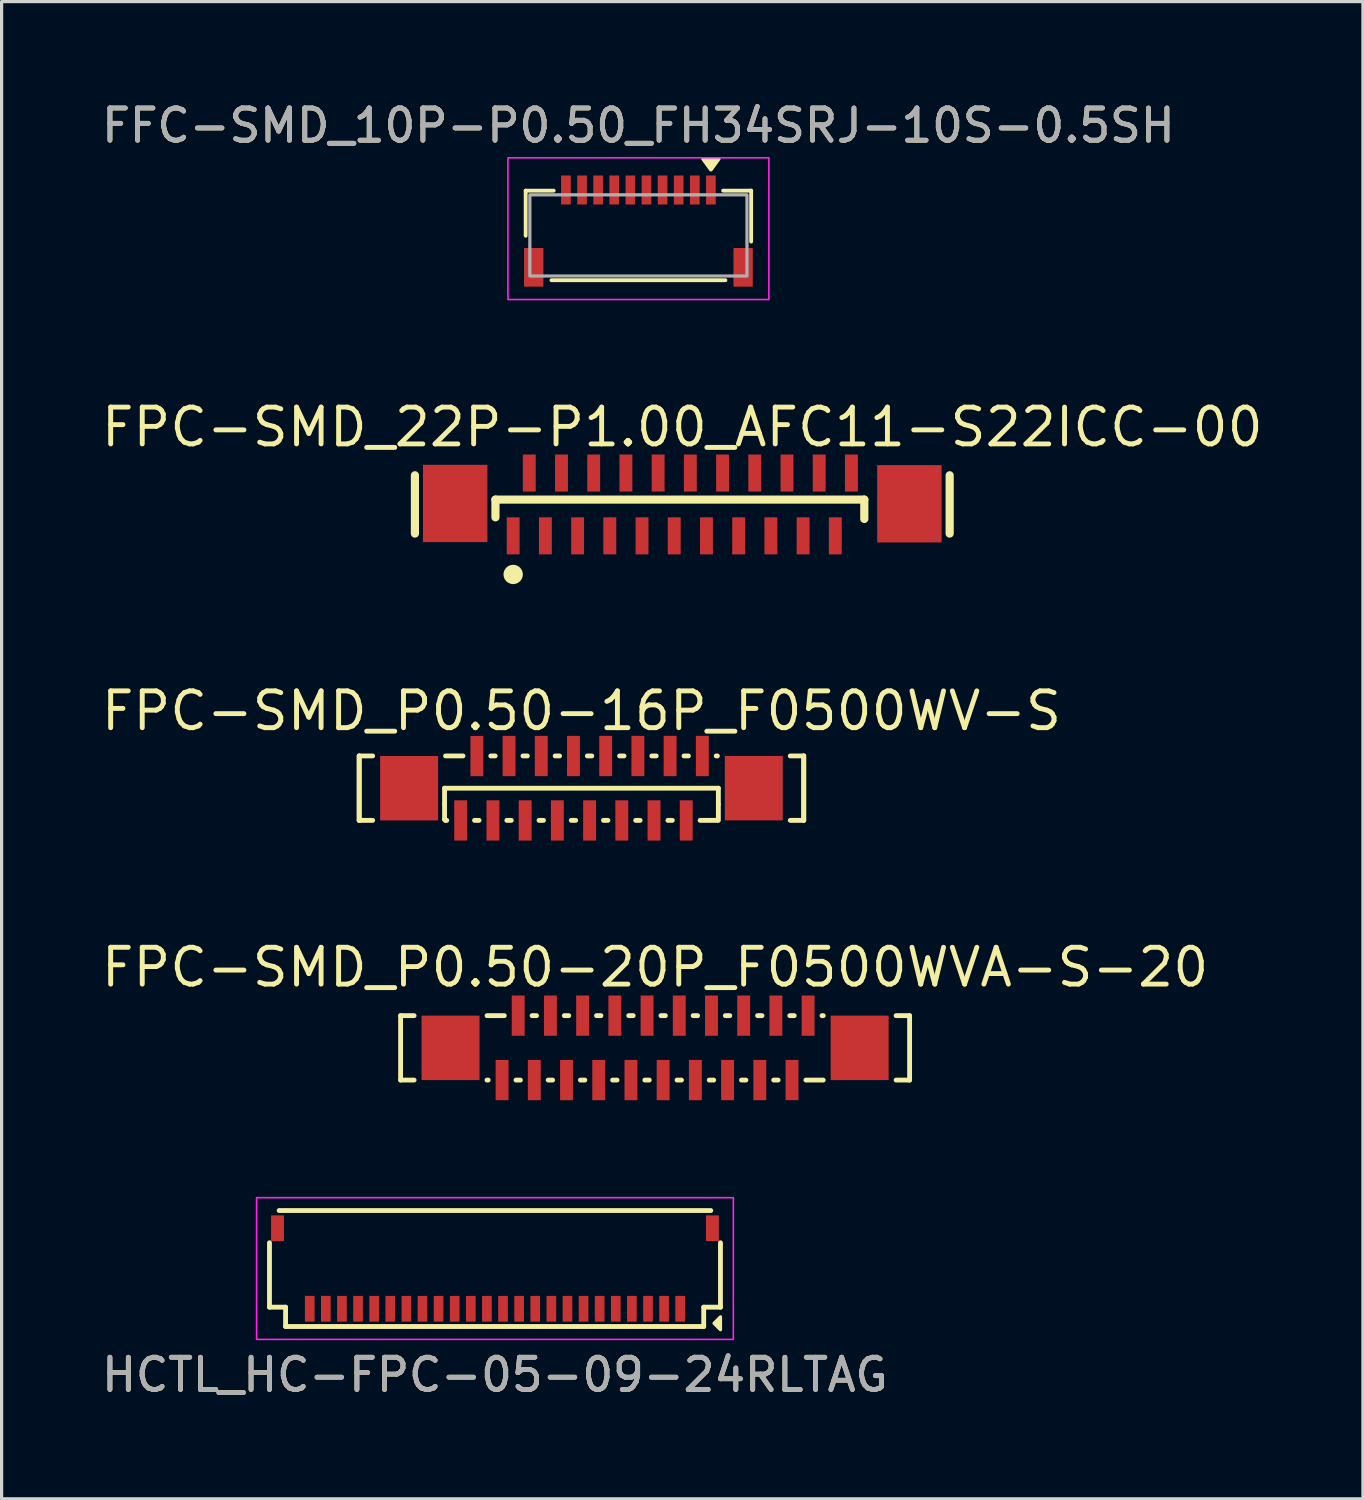
<source format=kicad_pcb>
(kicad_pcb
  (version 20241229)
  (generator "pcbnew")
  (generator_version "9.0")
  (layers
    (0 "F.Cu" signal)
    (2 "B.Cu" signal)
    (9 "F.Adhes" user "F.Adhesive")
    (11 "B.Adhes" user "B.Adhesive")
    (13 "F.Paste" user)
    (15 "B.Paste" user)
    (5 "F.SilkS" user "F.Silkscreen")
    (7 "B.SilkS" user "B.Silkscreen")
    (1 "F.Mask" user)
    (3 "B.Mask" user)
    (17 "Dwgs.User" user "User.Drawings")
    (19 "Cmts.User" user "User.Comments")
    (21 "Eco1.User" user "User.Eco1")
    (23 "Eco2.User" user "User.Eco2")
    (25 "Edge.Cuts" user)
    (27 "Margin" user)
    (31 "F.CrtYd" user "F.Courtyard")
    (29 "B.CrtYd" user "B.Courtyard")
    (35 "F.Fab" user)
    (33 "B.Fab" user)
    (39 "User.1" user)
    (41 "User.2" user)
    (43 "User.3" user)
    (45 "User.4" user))
  (footprint "FPC-SMD_P0.50-16P_F0500WV-S"
    (layer "F.Cu")
    (at 15 21.418)
    (property "Reference" "FPC-SMD_P0.50-16P_F0500WV-S" (at 0 -2.4 0) (layer "F.SilkS") (effects (font (size 1.143 1.143) (thickness 0.152))))
    (attr smd)
    (fp_line (start -6.9 -1.002) (end -6.481 -1.002) (stroke (width 0.15) (type solid)) (layer "F.SilkS"))
    (fp_line (start -6.9 0.998) (end -6.9 -1.002) (stroke (width 0.15) (type solid)) (layer "F.SilkS"))
    (fp_line (start -6.9 0.998) (end -6.9 -1.002) (stroke (width 0.15) (type solid)) (layer "F.SilkS"))
    (fp_line (start -6.481 0.998) (end -6.9 0.998) (stroke (width 0.15) (type solid)) (layer "F.SilkS"))
    (fp_line (start -4.25 0) (end 4.25 0) (stroke (width 0.15) (type solid)) (layer "F.SilkS"))
    (fp_line (start -4.25 0.5) (end -4.25 0) (stroke (width 0.15) (type solid)) (layer "F.SilkS"))
    (fp_line (start -4.25 0.5) (end -4.25 0.967) (stroke (width 0.15) (type solid)) (layer "F.SilkS"))
    (fp_line (start -4.25 0.967) (end -4.219 0.998) (stroke (width 0.15) (type solid)) (layer "F.SilkS"))
    (fp_line (start -4.219 -1.002) (end -3.677 -1.002) (stroke (width 0.15) (type solid)) (layer "F.SilkS"))
    (fp_line (start -4.181 0.998) (end -4.219 0.998) (stroke (width 0.15) (type solid)) (layer "F.SilkS"))
    (fp_line (start -3.179 0.998) (end -3.319 0.998) (stroke (width 0.15) (type solid)) (layer "F.SilkS"))
    (fp_line (start -2.815 -1.002) (end -2.679 -1.002) (stroke (width 0.15) (type solid)) (layer "F.SilkS"))
    (fp_line (start -2.179 0.998) (end -2.317 0.998) (stroke (width 0.15) (type solid)) (layer "F.SilkS"))
    (fp_line (start -1.817 -1.002) (end -1.679 -1.002) (stroke (width 0.15) (type solid)) (layer "F.SilkS"))
    (fp_line (start -1.179 0.998) (end -1.317 0.998) (stroke (width 0.15) (type solid)) (layer "F.SilkS"))
    (fp_line (start -0.817 -1.002) (end -0.679 -1.002) (stroke (width 0.15) (type solid)) (layer "F.SilkS"))
    (fp_line (start -0.179 0.998) (end -0.317 0.998) (stroke (width 0.15) (type solid)) (layer "F.SilkS"))
    (fp_line (start 0.183 -1.002) (end 0.321 -1.002) (stroke (width 0.15) (type solid)) (layer "F.SilkS"))
    (fp_line (start 0.821 0.998) (end 0.683 0.998) (stroke (width 0.15) (type solid)) (layer "F.SilkS"))
    (fp_line (start 1.183 -1.002) (end 1.321 -1.002) (stroke (width 0.15) (type solid)) (layer "F.SilkS"))
    (fp_line (start 1.821 0.998) (end 1.683 0.998) (stroke (width 0.15) (type solid)) (layer "F.SilkS"))
    (fp_line (start 2.183 -1.002) (end 2.321 -1.002) (stroke (width 0.15) (type solid)) (layer "F.SilkS"))
    (fp_line (start 2.821 0.998) (end 2.683 0.998) (stroke (width 0.15) (type solid)) (layer "F.SilkS"))
    (fp_line (start 3.183 -1.002) (end 3.321 -1.002) (stroke (width 0.15) (type solid)) (layer "F.SilkS"))
    (fp_line (start 4.183 -1.002) (end 4.219 -1.002) (stroke (width 0.15) (type solid)) (layer "F.SilkS"))
    (fp_line (start 4.219 0.998) (end 3.683 0.998) (stroke (width 0.15) (type solid)) (layer "F.SilkS"))
    (fp_line (start 4.25 0) (end 4.25 0.5) (stroke (width 0.15) (type solid)) (layer "F.SilkS"))
    (fp_line (start 4.25 0.5) (end 4.25 0.998) (stroke (width 0.15) (type solid)) (layer "F.SilkS"))
    (fp_line (start 6.481 -1.002) (end 6.9 -1.002) (stroke (width 0.15) (type solid)) (layer "F.SilkS"))
    (fp_line (start 6.9 -1.002) (end 6.9 0.998) (stroke (width 0.15) (type solid)) (layer "F.SilkS"))
    (fp_line (start 6.9 -1.002) (end 6.9 0.998) (stroke (width 0.15) (type solid)) (layer "F.SilkS"))
    (fp_line (start 6.9 0.998) (end 6.481 0.998) (stroke (width 0.15) (type solid)) (layer "F.SilkS"))
    (pad "1" smd rect (at -3.75 1) (size 0.4 1.25) (layers "F.Cu" "F.Mask" "F.Paste"))
    (pad "2" smd rect (at -3.246 -0.998) (size 0.4 1.25) (layers "F.Cu" "F.Mask" "F.Paste"))
    (pad "3" smd rect (at -2.748 1) (size 0.4 1.25) (layers "F.Cu" "F.Mask" "F.Paste"))
    (pad "4" smd rect (at -2.248 -1) (size 0.4 1.25) (layers "F.Cu" "F.Mask" "F.Paste"))
    (pad "5" smd rect (at -1.748 1) (size 0.4 1.25) (layers "F.Cu" "F.Mask" "F.Paste"))
    (pad "6" smd rect (at -1.248 -1) (size 0.4 1.25) (layers "F.Cu" "F.Mask" "F.Paste"))
    (pad "7" smd rect (at -0.748 1) (size 0.4 1.25) (layers "F.Cu" "F.Mask" "F.Paste"))
    (pad "8" smd rect (at -0.248 -1) (size 0.4 1.25) (layers "F.Cu" "F.Mask" "F.Paste"))
    (pad "9" smd rect (at 0.252 1) (size 0.4 1.25) (layers "F.Cu" "F.Mask" "F.Paste"))
    (pad "10" smd rect (at 0.752 -1) (size 0.4 1.25) (layers "F.Cu" "F.Mask" "F.Paste"))
    (pad "11" smd rect (at 1.252 1) (size 0.4 1.25) (layers "F.Cu" "F.Mask" "F.Paste"))
    (pad "12" smd rect (at 1.752 -1) (size 0.4 1.25) (layers "F.Cu" "F.Mask" "F.Paste"))
    (pad "13" smd rect (at 2.252 1) (size 0.4 1.25) (layers "F.Cu" "F.Mask" "F.Paste"))
    (pad "14" smd rect (at 2.752 -1) (size 0.4 1.25) (layers "F.Cu" "F.Mask" "F.Paste"))
    (pad "15" smd rect (at 3.252 1) (size 0.4 1.25) (layers "F.Cu" "F.Mask" "F.Paste"))
    (pad "16" smd rect (at 3.752 -1) (size 0.4 1.25) (layers "F.Cu" "F.Mask" "F.Paste"))
    (pad "17" smd rect (at -5.35 0 90) (size 2 1.8) (layers "F.Cu" "F.Mask" "F.Paste"))
    (pad "18" smd rect (at 5.35 -0.002 90) (size 2 1.8) (layers "F.Cu" "F.Mask" "F.Paste")))
  (footprint "FPC-SMD_22P-P1.00_AFC11-S22ICC-00"
    (layer "F.Cu")
    (at 18.13 12.609)
    (property "Reference" "FPC-SMD_22P-P1.00_AFC11-S22ICC-00" (at 0 -2.4 0) (layer "F.SilkS") (effects (font (size 1.143 1.143) (thickness 0.152))))
    (attr smd)
    (fp_line (start -8.3 -0.905) (end -8.3 0.904) (stroke (width 0.254) (type solid)) (layer "F.SilkS"))
    (fp_line (start -5.8 -0.15) (end 5.65 -0.15) (stroke (width 0.254) (type solid)) (layer "F.SilkS"))
    (fp_line (start -5.8 0.4) (end -5.8 -0.15) (stroke (width 0.254) (type solid)) (layer "F.SilkS"))
    (fp_line (start 5.65 -0.15) (end 5.65 0.45) (stroke (width 0.254) (type solid)) (layer "F.SilkS"))
    (fp_line (start 8.3 0.904) (end 8.3 -0.905) (stroke (width 0.254) (type solid)) (layer "F.SilkS"))
    (fp_arc (start -5.4 2.172) (mid -5.099988 2.17473) (end -5.400012 2.17454) (stroke (width 0.3) (type solid)) (layer "F.SilkS"))
    (pad "" smd rect (at -7.05 -0.03 90) (size 2.4 2) (layers "F.Cu" "F.Mask" "F.Paste"))
    (pad "" smd rect (at 7.05 -0.02 90) (size 2.4 2) (layers "F.Cu" "F.Mask" "F.Paste"))
    (pad "1" smd rect (at -5.25 0.975) (size 0.4 1.15) (layers "F.Cu" "F.Mask" "F.Paste"))
    (pad "2" smd rect (at -4.75 -0.975) (size 0.4 1.15) (layers "F.Cu" "F.Mask" "F.Paste"))
    (pad "3" smd rect (at -4.25 0.975) (size 0.4 1.15) (layers "F.Cu" "F.Mask" "F.Paste"))
    (pad "4" smd rect (at -3.75 -0.975) (size 0.4 1.15) (layers "F.Cu" "F.Mask" "F.Paste"))
    (pad "5" smd rect (at -3.25 0.975) (size 0.4 1.15) (layers "F.Cu" "F.Mask" "F.Paste"))
    (pad "6" smd rect (at -2.75 -0.975) (size 0.4 1.15) (layers "F.Cu" "F.Mask" "F.Paste"))
    (pad "7" smd rect (at -2.25 0.975) (size 0.4 1.15) (layers "F.Cu" "F.Mask" "F.Paste"))
    (pad "8" smd rect (at -1.75 -0.975) (size 0.4 1.15) (layers "F.Cu" "F.Mask" "F.Paste"))
    (pad "9" smd rect (at -1.25 0.975) (size 0.4 1.15) (layers "F.Cu" "F.Mask" "F.Paste"))
    (pad "10" smd rect (at -0.75 -0.975) (size 0.4 1.15) (layers "F.Cu" "F.Mask" "F.Paste"))
    (pad "11" smd rect (at -0.25 0.975) (size 0.4 1.15) (layers "F.Cu" "F.Mask" "F.Paste"))
    (pad "12" smd rect (at 0.25 -0.975) (size 0.4 1.15) (layers "F.Cu" "F.Mask" "F.Paste"))
    (pad "13" smd rect (at 0.75 0.975) (size 0.4 1.15) (layers "F.Cu" "F.Mask" "F.Paste"))
    (pad "14" smd rect (at 1.25 -0.975) (size 0.4 1.15) (layers "F.Cu" "F.Mask" "F.Paste"))
    (pad "15" smd rect (at 1.75 0.975) (size 0.4 1.15) (layers "F.Cu" "F.Mask" "F.Paste"))
    (pad "16" smd rect (at 2.25 -0.975) (size 0.4 1.15) (layers "F.Cu" "F.Mask" "F.Paste"))
    (pad "17" smd rect (at 2.75 0.975) (size 0.4 1.15) (layers "F.Cu" "F.Mask" "F.Paste"))
    (pad "18" smd rect (at 3.25 -0.975) (size 0.4 1.15) (layers "F.Cu" "F.Mask" "F.Paste"))
    (pad "19" smd rect (at 3.75 0.975) (size 0.4 1.15) (layers "F.Cu" "F.Mask" "F.Paste"))
    (pad "20" smd rect (at 4.25 -0.975) (size 0.4 1.15) (layers "F.Cu" "F.Mask" "F.Paste"))
    (pad "21" smd rect (at 4.75 0.975) (size 0.4 1.15) (layers "F.Cu" "F.Mask" "F.Paste"))
    (pad "22" smd rect (at 5.25 -0.975) (size 0.4 1.15) (layers "F.Cu" "F.Mask" "F.Paste")))
  (footprint "FPC-SMD_P0.50-20P_F0500WVA-S-20"
    (layer "F.Cu")
    (at 17.286 29.478)
    (property "Reference" "FPC-SMD_P0.50-20P_F0500WVA-S-20" (at 0 -2.5 0) (layer "F.SilkS") (effects (font (size 1.143 1.143) (thickness 0.152))))
    (attr smd)
    (fp_line (start -7.9 -1) (end -7.481 -1) (stroke (width 0.15) (type solid)) (layer "F.SilkS"))
    (fp_line (start -7.9 1) (end -7.9 -1) (stroke (width 0.15) (type solid)) (layer "F.SilkS"))
    (fp_line (start -7.481 1) (end -7.9 1) (stroke (width 0.15) (type solid)) (layer "F.SilkS"))
    (fp_line (start -5.219 -1) (end -4.681 -1) (stroke (width 0.15) (type solid)) (layer "F.SilkS"))
    (fp_line (start -5.181 1) (end -5.219 1) (stroke (width 0.15) (type solid)) (layer "F.SilkS"))
    (fp_line (start -4.181 1) (end -4.319 1) (stroke (width 0.15) (type solid)) (layer "F.SilkS"))
    (fp_line (start -3.819 -1) (end -3.681 -1) (stroke (width 0.15) (type solid)) (layer "F.SilkS"))
    (fp_line (start -3.181 1) (end -3.319 1) (stroke (width 0.15) (type solid)) (layer "F.SilkS"))
    (fp_line (start -2.819 -1) (end -2.681 -1) (stroke (width 0.15) (type solid)) (layer "F.SilkS"))
    (fp_line (start -2.181 1) (end -2.319 1) (stroke (width 0.15) (type solid)) (layer "F.SilkS"))
    (fp_line (start -1.819 -1) (end -1.681 -1) (stroke (width 0.15) (type solid)) (layer "F.SilkS"))
    (fp_line (start -1.181 1) (end -1.319 1) (stroke (width 0.15) (type solid)) (layer "F.SilkS"))
    (fp_line (start -0.819 -1) (end -0.681 -1) (stroke (width 0.15) (type solid)) (layer "F.SilkS"))
    (fp_line (start -0.181 1) (end -0.319 1) (stroke (width 0.15) (type solid)) (layer "F.SilkS"))
    (fp_line (start 0.181 -1) (end 0.319 -1) (stroke (width 0.15) (type solid)) (layer "F.SilkS"))
    (fp_line (start 0.819 1) (end 0.681 1) (stroke (width 0.15) (type solid)) (layer "F.SilkS"))
    (fp_line (start 1.181 -1) (end 1.319 -1) (stroke (width 0.15) (type solid)) (layer "F.SilkS"))
    (fp_line (start 1.819 1) (end 1.681 1) (stroke (width 0.15) (type solid)) (layer "F.SilkS"))
    (fp_line (start 2.181 -1) (end 2.319 -1) (stroke (width 0.15) (type solid)) (layer "F.SilkS"))
    (fp_line (start 2.819 1) (end 2.681 1) (stroke (width 0.15) (type solid)) (layer "F.SilkS"))
    (fp_line (start 3.181 -1) (end 3.319 -1) (stroke (width 0.15) (type solid)) (layer "F.SilkS"))
    (fp_line (start 3.819 1) (end 3.681 1) (stroke (width 0.15) (type solid)) (layer "F.SilkS"))
    (fp_line (start 4.181 -1) (end 4.319 -1) (stroke (width 0.15) (type solid)) (layer "F.SilkS"))
    (fp_line (start 5.181 -1) (end 5.219 -1) (stroke (width 0.15) (type solid)) (layer "F.SilkS"))
    (fp_line (start 5.219 1) (end 4.681 1) (stroke (width 0.15) (type solid)) (layer "F.SilkS"))
    (fp_line (start 7.481 -1) (end 7.9 -1) (stroke (width 0.15) (type solid)) (layer "F.SilkS"))
    (fp_line (start 7.9 -1) (end 7.9 1) (stroke (width 0.15) (type solid)) (layer "F.SilkS"))
    (fp_line (start 7.9 1) (end 7.481 1) (stroke (width 0.15) (type solid)) (layer "F.SilkS"))
    (pad "" smd rect (at -6.35 0) (size 1.8 2) (layers "F.Cu" "F.Mask" "F.Paste"))
    (pad "" smd rect (at 6.35 0) (size 1.8 2) (layers "F.Cu" "F.Mask" "F.Paste"))
    (pad "1" smd rect (at -4.75 1) (size 0.4 1.25) (layers "F.Cu" "F.Mask" "F.Paste"))
    (pad "2" smd rect (at -4.25 -1) (size 0.4 1.25) (layers "F.Cu" "F.Mask" "F.Paste"))
    (pad "3" smd rect (at -3.75 1) (size 0.4 1.25) (layers "F.Cu" "F.Mask" "F.Paste"))
    (pad "4" smd rect (at -3.25 -1) (size 0.4 1.25) (layers "F.Cu" "F.Mask" "F.Paste"))
    (pad "5" smd rect (at -2.75 1) (size 0.4 1.25) (layers "F.Cu" "F.Mask" "F.Paste"))
    (pad "6" smd rect (at -2.25 -1) (size 0.4 1.25) (layers "F.Cu" "F.Mask" "F.Paste"))
    (pad "7" smd rect (at -1.75 1) (size 0.4 1.25) (layers "F.Cu" "F.Mask" "F.Paste"))
    (pad "8" smd rect (at -1.25 -1) (size 0.4 1.25) (layers "F.Cu" "F.Mask" "F.Paste"))
    (pad "9" smd rect (at -0.75 1) (size 0.4 1.25) (layers "F.Cu" "F.Mask" "F.Paste"))
    (pad "10" smd rect (at -0.25 -1) (size 0.4 1.25) (layers "F.Cu" "F.Mask" "F.Paste"))
    (pad "11" smd rect (at 0.25 1) (size 0.4 1.25) (layers "F.Cu" "F.Mask" "F.Paste"))
    (pad "12" smd rect (at 0.75 -1) (size 0.4 1.25) (layers "F.Cu" "F.Mask" "F.Paste"))
    (pad "13" smd rect (at 1.25 1) (size 0.4 1.25) (layers "F.Cu" "F.Mask" "F.Paste"))
    (pad "14" smd rect (at 1.75 -1) (size 0.4 1.25) (layers "F.Cu" "F.Mask" "F.Paste"))
    (pad "15" smd rect (at 2.25 1) (size 0.4 1.25) (layers "F.Cu" "F.Mask" "F.Paste"))
    (pad "16" smd rect (at 2.75 -1) (size 0.4 1.25) (layers "F.Cu" "F.Mask" "F.Paste"))
    (pad "17" smd rect (at 3.25 1) (size 0.4 1.25) (layers "F.Cu" "F.Mask" "F.Paste"))
    (pad "18" smd rect (at 3.75 -1) (size 0.4 1.25) (layers "F.Cu" "F.Mask" "F.Paste"))
    (pad "19" smd rect (at 4.25 1) (size 0.4 1.25) (layers "F.Cu" "F.Mask" "F.Paste"))
    (pad "20" smd rect (at 4.75 -1) (size 0.4 1.25) (layers "F.Cu" "F.Mask" "F.Paste")))
  (footprint "HCTL_HC-FPC-05-09-24RLTAG"
    (layer "F.Cu")
    (at 12.315 36.328)
    (property "Reference" "HCTL_HC-FPC-05-09-24RLTAG" (at 0 3.3 0) (layer "F.SilkS") (effects (font (size 1 1) (thickness 0.15))))
    (attr smd)
    (fp_line (start -7 1.2) (end -7 -0.8) (stroke (width 0.15) (type solid)) (layer "F.SilkS"))
    (fp_line (start -6.5 1.2) (end -7 1.2) (stroke (width 0.15) (type solid)) (layer "F.SilkS"))
    (fp_line (start -6.5 1.2) (end -6.5 1.8) (stroke (width 0.15) (type solid)) (layer "F.SilkS"))
    (fp_line (start -6.5 1.8) (end 6.48 1.8) (stroke (width 0.15) (type solid)) (layer "F.SilkS"))
    (fp_line (start 6.48 1.2) (end 7 1.2) (stroke (width 0.15) (type solid)) (layer "F.SilkS"))
    (fp_line (start 6.48 1.8) (end 6.48 1.2) (stroke (width 0.15) (type solid)) (layer "F.SilkS"))
    (fp_line (start 6.7 -1.8) (end -6.7 -1.8) (stroke (width 0.15) (type solid)) (layer "F.SilkS"))
    (fp_line (start 7 1.2) (end 7 -0.8) (stroke (width 0.15) (type solid)) (layer "F.SilkS"))
    (fp_poly (pts (xy 6.8 1.7) (xy 7 1.5) (xy 7 1.9)) (stroke (width 0.1) (type solid)) (fill yes) (layer "F.SilkS"))
    (fp_rect (start -7.4 -2.2) (end 7.4 2.2) (stroke (width 0.05) (type default)) (fill no) (layer "F.CrtYd"))
    (fp_text user "${REFERENCE}" (at 0 3.3 0) (layer "F.Fab") (effects (font (size 1 1) (thickness 0.15))))
    (pad "1" smd rect (at 5.75 1.25 180) (size 0.3 0.8) (layers "F.Cu" "F.Mask" "F.Paste"))
    (pad "2" smd rect (at 5.25 1.25 180) (size 0.3 0.8) (layers "F.Cu" "F.Mask" "F.Paste"))
    (pad "3" smd rect (at 4.75 1.25 180) (size 0.3 0.8) (layers "F.Cu" "F.Mask" "F.Paste"))
    (pad "4" smd rect (at 4.25 1.25 180) (size 0.3 0.8) (layers "F.Cu" "F.Mask" "F.Paste"))
    (pad "5" smd rect (at 3.75 1.25 180) (size 0.3 0.8) (layers "F.Cu" "F.Mask" "F.Paste"))
    (pad "6" smd rect (at 3.25 1.25 180) (size 0.3 0.8) (layers "F.Cu" "F.Mask" "F.Paste"))
    (pad "7" smd rect (at 2.75 1.25 180) (size 0.3 0.8) (layers "F.Cu" "F.Mask" "F.Paste"))
    (pad "8" smd rect (at 2.25 1.25 180) (size 0.3 0.8) (layers "F.Cu" "F.Mask" "F.Paste"))
    (pad "9" smd rect (at 1.75 1.25 180) (size 0.3 0.8) (layers "F.Cu" "F.Mask" "F.Paste"))
    (pad "10" smd rect (at 1.25 1.25 180) (size 0.3 0.8) (layers "F.Cu" "F.Mask" "F.Paste"))
    (pad "11" smd rect (at 0.75 1.25 180) (size 0.3 0.8) (layers "F.Cu" "F.Mask" "F.Paste"))
    (pad "12" smd rect (at 0.25 1.25 180) (size 0.3 0.8) (layers "F.Cu" "F.Mask" "F.Paste"))
    (pad "13" smd rect (at -0.25 1.25 180) (size 0.3 0.8) (layers "F.Cu" "F.Mask" "F.Paste"))
    (pad "14" smd rect (at -0.75 1.25 180) (size 0.3 0.8) (layers "F.Cu" "F.Mask" "F.Paste"))
    (pad "15" smd rect (at -1.25 1.25 180) (size 0.3 0.8) (layers "F.Cu" "F.Mask" "F.Paste"))
    (pad "16" smd rect (at -1.75 1.25 180) (size 0.3 0.8) (layers "F.Cu" "F.Mask" "F.Paste"))
    (pad "17" smd rect (at -2.25 1.25 180) (size 0.3 0.8) (layers "F.Cu" "F.Mask" "F.Paste"))
    (pad "18" smd rect (at -2.75 1.25 180) (size 0.3 0.8) (layers "F.Cu" "F.Mask" "F.Paste"))
    (pad "19" smd rect (at -3.25 1.25 180) (size 0.3 0.8) (layers "F.Cu" "F.Mask" "F.Paste"))
    (pad "20" smd rect (at -3.75 1.25 180) (size 0.3 0.8) (layers "F.Cu" "F.Mask" "F.Paste"))
    (pad "21" smd rect (at -4.25 1.25 180) (size 0.3 0.8) (layers "F.Cu" "F.Mask" "F.Paste"))
    (pad "22" smd rect (at -4.75 1.25 180) (size 0.3 0.8) (layers "F.Cu" "F.Mask" "F.Paste"))
    (pad "23" smd rect (at -5.25 1.25 180) (size 0.3 0.8) (layers "F.Cu" "F.Mask" "F.Paste"))
    (pad "24" smd rect (at -5.75 1.25 180) (size 0.3 0.8) (layers "F.Cu" "F.Mask" "F.Paste"))
    (pad "MP" smd rect (at -6.75 -1.25 180) (size 0.4 0.8) (layers "F.Cu" "F.Mask" "F.Paste"))
    (pad "MP" smd rect (at 6.75 -1.25 180) (size 0.4 0.8) (layers "F.Cu" "F.Mask" "F.Paste")))
  (footprint "FFC-SMD_10P-P0.50_FH34SRJ-10S-0.5SH"
    (layer "F.Cu")
    (at 16.768 4.048)
    (property "Reference" "FFC-SMD_10P-P0.50_FH34SRJ-10S-0.5SH" (at 0 -3.2 0) (layer "F.SilkS") (effects (font (size 1 1) (thickness 0.15))))
    (attr smd)
    (fp_line (start -3.5 -1.18) (end -3.5 0.22) (stroke (width 0.12) (type solid)) (layer "F.SilkS"))
    (fp_line (start -3.5 -1.18) (end -2.63 -1.18) (stroke (width 0.12) (type solid)) (layer "F.SilkS"))
    (fp_line (start -2.7 1.6) (end 2.7 1.6) (stroke (width 0.12) (type solid)) (layer "F.SilkS"))
    (fp_line (start 3.5 -1.18) (end 2.63 -1.18) (stroke (width 0.12) (type solid)) (layer "F.SilkS"))
    (fp_line (start 3.5 0.4) (end 3.5 -1.18) (stroke (width 0.12) (type solid)) (layer "F.SilkS"))
    (fp_poly (pts (xy 2.25 -1.835) (xy 2.01 -2.165) (xy 2.49 -2.165)) (stroke (width 0.12) (type solid)) (fill yes) (layer "F.SilkS"))
    (fp_rect (start -4.05 -2.2) (end 4.05 2.2) (stroke (width 0.05) (type solid)) (fill no) (layer "F.CrtYd"))
    (fp_rect (start -3.37 -1.05) (end 3.37 1.47) (stroke (width 0.1) (type default)) (fill no) (layer "F.Fab"))
    (fp_text user "${REFERENCE}" (at 0 -3.2 0) (layer "F.Fab") (effects (font (size 1 1) (thickness 0.15))))
    (pad "1" smd rect (at 2.25 -1.2) (size 0.3 0.9) (layers "F.Cu" "F.Mask" "F.Paste"))
    (pad "2" smd rect (at 1.75 -1.2) (size 0.3 0.9) (layers "F.Cu" "F.Mask" "F.Paste"))
    (pad "3" smd rect (at 1.25 -1.2) (size 0.3 0.9) (layers "F.Cu" "F.Mask" "F.Paste"))
    (pad "4" smd rect (at 0.75 -1.2) (size 0.3 0.9) (layers "F.Cu" "F.Mask" "F.Paste"))
    (pad "5" smd rect (at 0.25 -1.2) (size 0.3 0.9) (layers "F.Cu" "F.Mask" "F.Paste"))
    (pad "6" smd rect (at -0.25 -1.2) (size 0.3 0.9) (layers "F.Cu" "F.Mask" "F.Paste"))
    (pad "7" smd rect (at -0.75 -1.2) (size 0.3 0.9) (layers "F.Cu" "F.Mask" "F.Paste"))
    (pad "8" smd rect (at -1.25 -1.2) (size 0.3 0.9) (layers "F.Cu" "F.Mask" "F.Paste"))
    (pad "9" smd rect (at -1.75 -1.2) (size 0.3 0.9) (layers "F.Cu" "F.Mask" "F.Paste"))
    (pad "10" smd rect (at -2.25 -1.2) (size 0.3 0.9) (layers "F.Cu" "F.Mask" "F.Paste"))
    (pad "MP" smd rect (at -3.25 1.2) (size 0.6 1.2) (layers "F.Cu" "F.Mask" "F.Paste"))
    (pad "MP" smd rect (at 3.25 1.2) (size 0.6 1.2) (layers "F.Cu" "F.Mask" "F.Paste")))
  (gr_rect
    (start -3 -3)
    (end 39.259 43.477)
    (stroke (width 0.1) (type default))
    (fill no)
    (layer "Edge.Cuts")))
</source>
